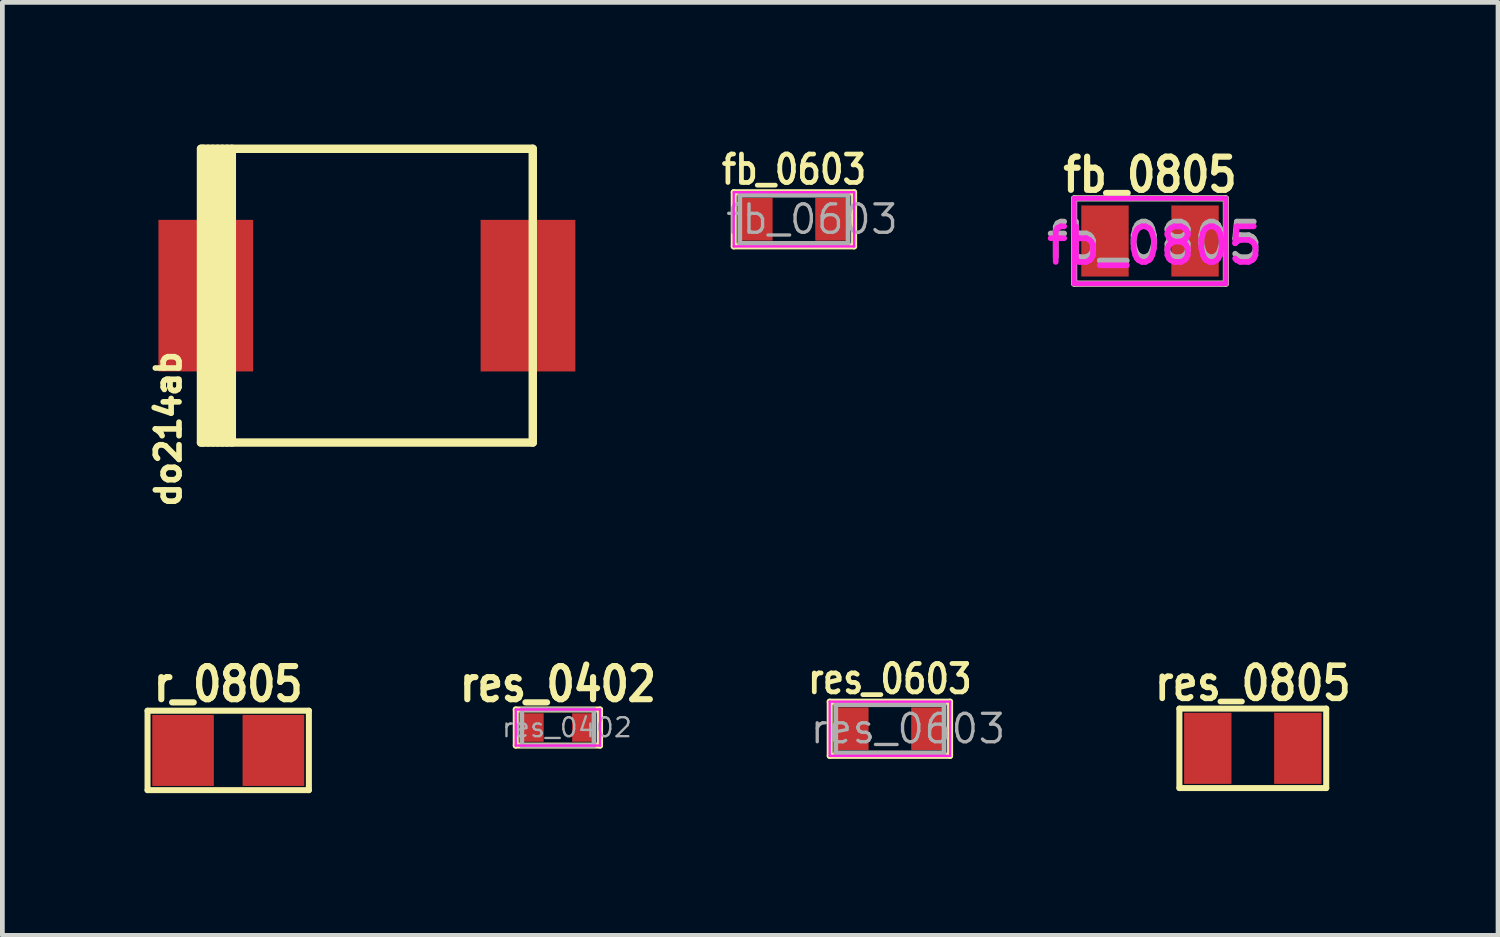
<source format=kicad_pcb>
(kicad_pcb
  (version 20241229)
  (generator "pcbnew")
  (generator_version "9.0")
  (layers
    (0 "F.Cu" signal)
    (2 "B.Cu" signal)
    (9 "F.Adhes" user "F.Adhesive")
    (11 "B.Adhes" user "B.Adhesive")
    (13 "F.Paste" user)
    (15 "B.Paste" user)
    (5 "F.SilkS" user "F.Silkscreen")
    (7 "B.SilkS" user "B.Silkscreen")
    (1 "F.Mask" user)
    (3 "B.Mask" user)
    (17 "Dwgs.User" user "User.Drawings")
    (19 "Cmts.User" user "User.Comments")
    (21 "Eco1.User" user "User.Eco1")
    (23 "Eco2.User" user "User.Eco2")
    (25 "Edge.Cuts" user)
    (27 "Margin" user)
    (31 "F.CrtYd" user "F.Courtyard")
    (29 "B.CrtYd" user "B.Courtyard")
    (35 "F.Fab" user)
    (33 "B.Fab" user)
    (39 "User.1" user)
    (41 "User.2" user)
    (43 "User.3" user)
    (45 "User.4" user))
  (footprint "res_0603"
    (layer "F.Cu")
    (at 15.726 12.326)
    (property "Reference" "res_0603" (at 0 -1.05 0) (layer "F.SilkS") (effects (font (size 0.6 0.5) (thickness 0.1))))
    (attr through_hole)
    (fp_line (start -1.27 -0.572) (end 1.27 -0.572) (stroke (width 0.127) (type solid)) (layer "F.SilkS"))
    (fp_line (start -1.27 0.572) (end -1.27 -0.572) (stroke (width 0.127) (type solid)) (layer "F.SilkS"))
    (fp_line (start 1.27 -0.572) (end 1.27 0.572) (stroke (width 0.127) (type solid)) (layer "F.SilkS"))
    (fp_line (start 1.27 0.572) (end -1.27 0.572) (stroke (width 0.127) (type solid)) (layer "F.SilkS"))
    (fp_line (start -1.27 -0.572) (end -1.27 0.572) (stroke (width 0.05) (type solid)) (layer "F.CrtYd"))
    (fp_line (start -1.27 0.572) (end 1.27 0.572) (stroke (width 0.05) (type solid)) (layer "F.CrtYd"))
    (fp_line (start 1.27 -0.572) (end -1.27 -0.572) (stroke (width 0.05) (type solid)) (layer "F.CrtYd"))
    (fp_line (start 1.27 0.572) (end 1.27 -0.572) (stroke (width 0.05) (type solid)) (layer "F.CrtYd"))
    (fp_line (start -1.143 -0.508) (end -1.143 0.508) (stroke (width 0.1) (type solid)) (layer "F.Fab"))
    (fp_line (start -1.143 0.508) (end 1.143 0.508) (stroke (width 0.1) (type solid)) (layer "F.Fab"))
    (fp_line (start 1.143 -0.508) (end -1.143 -0.508) (stroke (width 0.1) (type solid)) (layer "F.Fab"))
    (fp_line (start 1.143 0.508) (end 1.143 -0.508) (stroke (width 0.1) (type solid)) (layer "F.Fab"))
    (fp_text user "${REFERENCE}" (at 0.381 0 0) (layer "F.Fab") (effects (font (size 0.6 0.6) (thickness 0.07))))
    (pad "1" smd rect (at 0.8 0) (size 0.7 0.9) (layers "F.Cu" "F.Mask" "F.Paste"))
    (pad "2" smd rect (at -0.8 0) (size 0.7 0.9) (layers "F.Cu" "F.Mask" "F.Paste")))
  (footprint "fb_0805"
    (layer "F.Cu")
    (at 21.214 2.035)
    (property "Reference" "fb_0805" (at 0 -1.397 0) (layer "F.SilkS") (effects (font (size 0.7 0.599) (thickness 0.13))))
    (attr through_hole)
    (fp_line (start -1.6 -0.9) (end 1.6 -0.9) (stroke (width 0.127) (type solid)) (layer "F.SilkS"))
    (fp_line (start -1.6 0.9) (end -1.6 -0.9) (stroke (width 0.127) (type solid)) (layer "F.SilkS"))
    (fp_line (start 1.6 -0.9) (end 1.6 0.9) (stroke (width 0.127) (type solid)) (layer "F.SilkS"))
    (fp_line (start 1.6 0.9) (end -1.6 0.9) (stroke (width 0.127) (type solid)) (layer "F.SilkS"))
    (fp_line (start -1.6 -0.9) (end 1.6 -0.9) (stroke (width 0.1) (type solid)) (layer "F.CrtYd"))
    (fp_line (start -1.6 0.9) (end -1.6 -0.9) (stroke (width 0.1) (type solid)) (layer "F.CrtYd"))
    (fp_line (start 1.6 -0.9) (end 1.6 0.9) (stroke (width 0.1) (type solid)) (layer "F.CrtYd"))
    (fp_line (start 1.6 0.9) (end -1.6 0.9) (stroke (width 0.1) (type solid)) (layer "F.CrtYd"))
    (fp_line (start -1.6 -0.9) (end 1.6 -0.9) (stroke (width 0.12) (type solid)) (layer "F.Fab"))
    (fp_line (start -1.6 0.9) (end -1.6 -0.9) (stroke (width 0.12) (type solid)) (layer "F.Fab"))
    (fp_line (start 1.6 -0.9) (end 1.6 0.9) (stroke (width 0.12) (type solid)) (layer "F.Fab"))
    (fp_line (start 1.6 0.9) (end -1.6 0.9) (stroke (width 0.12) (type solid)) (layer "F.Fab"))
    (fp_text user "${REFERENCE}" (at 0.1 0.1 0) (layer "F.CrtYd") (effects (font (size 0.75 0.75) (thickness 0.12))))
    (fp_text user "${REFERENCE}" (at 0.1 0 0) (layer "F.Fab") (effects (font (size 0.75 0.75) (thickness 0.12))))
    (pad "1" smd rect (at 0.95 0) (size 1 1.5) (layers "F.Cu" "F.Mask" "F.Paste"))
    (pad "2" smd rect (at -0.95 0) (size 1 1.5) (layers "F.Cu" "F.Mask" "F.Paste")))
  (footprint "do214ab"
    (layer "F.Cu")
    (at 4.691 3.188)
    (property "Reference" "do214ab" (at -4.189 2.812 270) (layer "F.SilkS") (effects (font (size 0.5 0.5) (thickness 0.119))))
    (attr through_hole)
    (fp_line (start -3.5 3.099) (end -3.5 -3.099) (stroke (width 0.178) (type solid)) (layer "F.SilkS"))
    (fp_line (start -3.498 -3.099) (end 3.498 -3.099) (stroke (width 0.178) (type solid)) (layer "F.SilkS"))
    (fp_line (start -3.449 3.099) (end -3.449 -3.099) (stroke (width 0.178) (type solid)) (layer "F.SilkS"))
    (fp_line (start -3.35 -3.099) (end -3.35 3.099) (stroke (width 0.178) (type solid)) (layer "F.SilkS"))
    (fp_line (start -3.251 3.099) (end -3.251 -3.099) (stroke (width 0.178) (type solid)) (layer "F.SilkS"))
    (fp_line (start -3.15 -3.099) (end -3.15 3.099) (stroke (width 0.178) (type solid)) (layer "F.SilkS"))
    (fp_line (start -3.051 3.099) (end -3.051 -3.099) (stroke (width 0.178) (type solid)) (layer "F.SilkS"))
    (fp_line (start -2.949 -3.099) (end -2.949 3.099) (stroke (width 0.178) (type solid)) (layer "F.SilkS"))
    (fp_line (start -2.85 -3.099) (end -2.85 3.099) (stroke (width 0.178) (type solid)) (layer "F.SilkS"))
    (fp_line (start 3.5 -3.099) (end 3.5 3.099) (stroke (width 0.178) (type solid)) (layer "F.SilkS"))
    (fp_line (start 3.5 3.099) (end -3.5 3.099) (stroke (width 0.178) (type solid)) (layer "F.SilkS"))
    (pad "1" smd rect (at -3.399 0) (size 1.999 3.198) (layers "F.Cu" "F.Mask" "F.Paste"))
    (pad "2" smd rect (at 3.399 0) (size 1.999 3.198) (layers "F.Cu" "F.Mask" "F.Paste")))
  (footprint "fb_0603"
    (layer "F.Cu")
    (at 13.701 1.577)
    (property "Reference" "fb_0603" (at 0 -1.05 0) (layer "F.SilkS") (effects (font (size 0.6 0.5) (thickness 0.1))))
    (attr through_hole)
    (fp_line (start -1.27 -0.572) (end 1.27 -0.572) (stroke (width 0.127) (type solid)) (layer "F.SilkS"))
    (fp_line (start -1.27 0.572) (end -1.27 -0.572) (stroke (width 0.127) (type solid)) (layer "F.SilkS"))
    (fp_line (start 1.27 -0.572) (end 1.27 0.572) (stroke (width 0.127) (type solid)) (layer "F.SilkS"))
    (fp_line (start 1.27 0.572) (end -1.27 0.572) (stroke (width 0.127) (type solid)) (layer "F.SilkS"))
    (fp_line (start -1.27 -0.572) (end -1.27 0.572) (stroke (width 0.05) (type solid)) (layer "F.CrtYd"))
    (fp_line (start -1.27 0.572) (end 1.27 0.572) (stroke (width 0.05) (type solid)) (layer "F.CrtYd"))
    (fp_line (start 1.27 -0.572) (end -1.27 -0.572) (stroke (width 0.05) (type solid)) (layer "F.CrtYd"))
    (fp_line (start 1.27 0.572) (end 1.27 -0.572) (stroke (width 0.05) (type solid)) (layer "F.CrtYd"))
    (fp_line (start -1.143 -0.508) (end -1.143 0.508) (stroke (width 0.1) (type solid)) (layer "F.Fab"))
    (fp_line (start -1.143 0.508) (end 1.143 0.508) (stroke (width 0.1) (type solid)) (layer "F.Fab"))
    (fp_line (start 1.143 -0.508) (end -1.143 -0.508) (stroke (width 0.1) (type solid)) (layer "F.Fab"))
    (fp_line (start 1.143 0.508) (end 1.143 -0.508) (stroke (width 0.1) (type solid)) (layer "F.Fab"))
    (fp_text user "${REFERENCE}" (at 0.381 0 0) (layer "F.Fab") (effects (font (size 0.6 0.6) (thickness 0.07))))
    (pad "1" smd rect (at 0.8 0) (size 0.7 0.9) (layers "F.Cu" "F.Mask" "F.Paste"))
    (pad "2" smd rect (at -0.8 0) (size 0.7 0.9) (layers "F.Cu" "F.Mask" "F.Paste")))
  (footprint "r_0805"
    (layer "F.Cu")
    (at 1.765 12.783)
    (property "Reference" "r_0805" (at 0 -1.397 0) (layer "F.SilkS") (effects (font (size 0.699 0.599) (thickness 0.13))))
    (attr through_hole)
    (fp_line (start -1.702 -0.838) (end 1.702 -0.838) (stroke (width 0.127) (type solid)) (layer "F.SilkS"))
    (fp_line (start -1.702 0.838) (end -1.702 -0.838) (stroke (width 0.127) (type solid)) (layer "F.SilkS"))
    (fp_line (start 1.702 -0.838) (end 1.702 0.838) (stroke (width 0.127) (type solid)) (layer "F.SilkS"))
    (fp_line (start 1.702 0.838) (end -1.702 0.838) (stroke (width 0.127) (type solid)) (layer "F.SilkS"))
    (pad "1" smd rect (at 0.953 0) (size 1.3 1.499) (layers "F.Cu" "F.Mask" "F.Paste"))
    (pad "2" smd rect (at -0.953 0) (size 1.3 1.499) (layers "F.Cu" "F.Mask" "F.Paste")))
  (footprint "res_0402"
    (layer "F.Cu")
    (at 8.721 12.3)
    (property "Reference" "res_0402" (at 0 -0.914 0) (layer "F.SilkS") (effects (font (size 0.699 0.599) (thickness 0.13))))
    (attr through_hole)
    (fp_line (start -0.889 -0.381) (end -0.889 0.381) (stroke (width 0.127) (type solid)) (layer "F.SilkS"))
    (fp_line (start -0.889 0.381) (end 0.889 0.381) (stroke (width 0.127) (type solid)) (layer "F.SilkS"))
    (fp_line (start 0.889 -0.381) (end -0.889 -0.381) (stroke (width 0.127) (type solid)) (layer "F.SilkS"))
    (fp_line (start 0.889 0.381) (end 0.889 -0.381) (stroke (width 0.127) (type solid)) (layer "F.SilkS"))
    (fp_line (start -0.889 -0.381) (end 0.889 -0.381) (stroke (width 0.05) (type solid)) (layer "F.CrtYd"))
    (fp_line (start -0.889 0.381) (end -0.889 -0.381) (stroke (width 0.05) (type solid)) (layer "F.CrtYd"))
    (fp_line (start 0.889 -0.381) (end 0.889 0.381) (stroke (width 0.05) (type solid)) (layer "F.CrtYd"))
    (fp_line (start 0.889 0.381) (end -0.889 0.381) (stroke (width 0.05) (type solid)) (layer "F.CrtYd"))
    (fp_line (start -0.762 -0.381) (end 0.762 -0.381) (stroke (width 0.1) (type solid)) (layer "F.Fab"))
    (fp_line (start -0.762 0.381) (end -0.762 -0.381) (stroke (width 0.1) (type solid)) (layer "F.Fab"))
    (fp_line (start 0.762 -0.381) (end 0.762 0.381) (stroke (width 0.1) (type solid)) (layer "F.Fab"))
    (fp_line (start 0.762 0.381) (end -0.762 0.381) (stroke (width 0.1) (type solid)) (layer "F.Fab"))
    (fp_text user "${REFERENCE}" (at 0.191 0 0) (layer "F.Fab") (effects (font (size 0.4 0.4) (thickness 0.05))))
    (pad "1" smd rect (at 0.55 0) (size 0.5 0.6) (layers "F.Cu" "F.Mask" "F.Paste"))
    (pad "2" smd rect (at -0.55 0) (size 0.5 0.6) (layers "F.Cu" "F.Mask" "F.Paste")))
  (footprint "res_0805"
    (layer "F.Cu")
    (at 23.383 12.739)
    (property "Reference" "res_0805" (at 0 -1.372 0) (layer "F.SilkS") (effects (font (size 0.699 0.599) (thickness 0.119))))
    (attr through_hole)
    (fp_line (start -1.549 -0.838) (end 1.549 -0.838) (stroke (width 0.127) (type solid)) (layer "F.SilkS"))
    (fp_line (start -1.549 0.838) (end -1.549 -0.838) (stroke (width 0.127) (type solid)) (layer "F.SilkS"))
    (fp_line (start 1.549 -0.838) (end 1.549 0.838) (stroke (width 0.127) (type solid)) (layer "F.SilkS"))
    (fp_line (start 1.549 0.838) (end -1.549 0.838) (stroke (width 0.127) (type solid)) (layer "F.SilkS"))
    (pad "1" smd rect (at 0.95 0) (size 1 1.5) (layers "F.Cu" "F.Mask" "F.Paste"))
    (pad "2" smd rect (at -0.95 0) (size 1 1.5) (layers "F.Cu" "F.Mask" "F.Paste")))
  (gr_rect
    (start -3 -3)
    (end 28.557 16.685)
    (stroke (width 0.1) (type default))
    (fill no)
    (layer "Edge.Cuts")))
</source>
